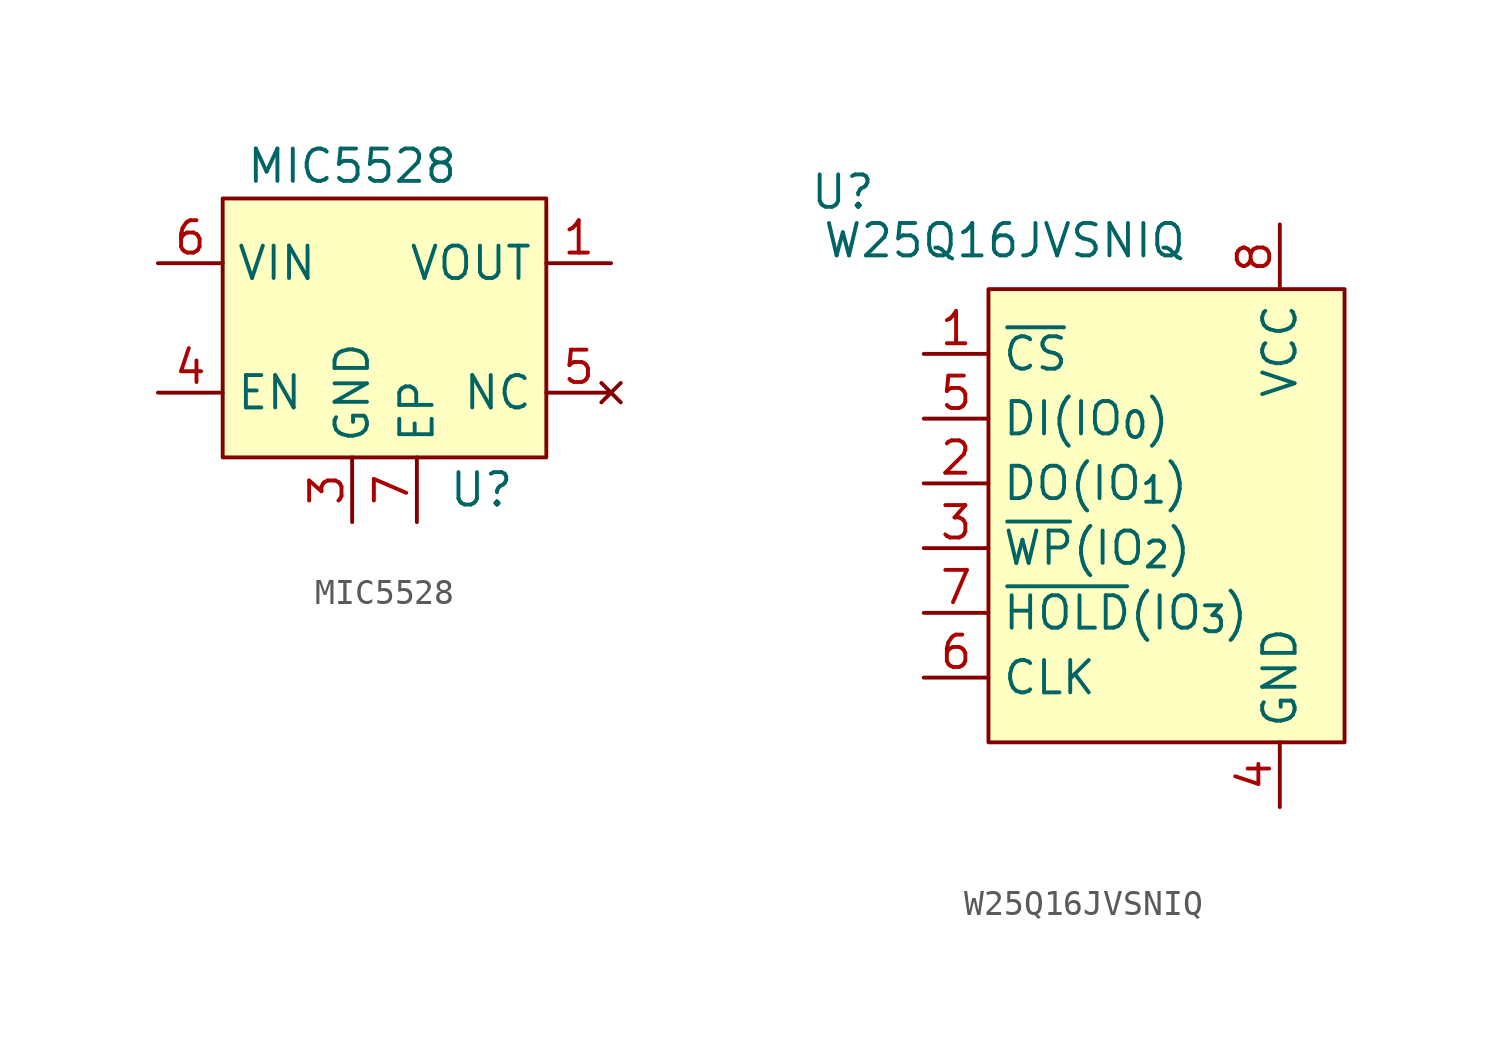
<source format=kicad_sym>
(kicad_symbol_lib
  (version 20231120)
  (generator "kicad_symbol_editor")
  (generator_version "8.0")
  (symbol "MIC5528"
    (property "Reference" "U"
      (at 2.54 -6.35 0)
      (effects (font (size 1.27 1.27))))
    (property "Value" "MIC5528"
      (at -2.54 6.35 0)
      (effects (font (size 1.27 1.27))))
    (symbol "MIC5528_0_1"
      (rectangle (start -7.62 5.08) (end 5.08 -5.08) (stroke (width 0) (type default)) (fill (type background))))
    (symbol "MIC5528_1_1"
      (pin power_out line (at 7.62 2.54 180) (length 2.54) (name "VOUT" (effects (font (size 1.27 1.27)))) (number "1" (effects (font (size 1.27 1.27)))))
      (pin power_out line (at 7.62 2.54 180) (length 2.54) hide (name "VOUT" (effects (font (size 1.27 1.27)))) (number "2" (effects (font (size 1.27 1.27)))))
      (pin power_in line (at -2.54 -7.62 90) (length 2.54) (name "GND" (effects (font (size 1.27 1.27)))) (number "3" (effects (font (size 1.27 1.27)))))
      (pin input line (at -10.16 -2.54 0) (length 2.54) (name "EN" (effects (font (size 1.27 1.27)))) (number "4" (effects (font (size 1.27 1.27)))))
      (pin no_connect line (at 7.62 -2.54 180) (length 2.54) (name "NC" (effects (font (size 1.27 1.27)))) (number "5" (effects (font (size 1.27 1.27)))))
      (pin power_in line (at -10.16 2.54 0) (length 2.54) (name "VIN" (effects (font (size 1.27 1.27)))) (number "6" (effects (font (size 1.27 1.27)))))
      (pin power_in line (at 0 -7.62 90) (length 2.54) (name "EP" (effects (font (size 1.27 1.27)))) (number "7" (effects (font (size 1.27 1.27)))))))
  (symbol "W25Q16JVSNIQ"
    (property "Reference" "U"
      (at -14.605 11.43 0)
      (effects (font (size 1.27 1.27))))
    (property "Value" "W25Q16JVSNIQ"
      (at -8.255 9.525 0)
      (effects (font (size 1.27 1.27))))
    (symbol "W25Q16JVSNIQ_0_1"
      (rectangle (start -8.89 7.62) (end 5.08 -10.16) (stroke (width 0) (type default)) (fill (type background))))
    (symbol "W25Q16JVSNIQ_1_1"
      (pin input line (at -11.43 5.08 0) (length 2.54) (name "~{CS}" (effects (font (size 1.27 1.27)))) (number "1" (effects (font (size 1.27 1.27)))))
      (pin bidirectional line (at -11.43 0 0) (length 2.54) (name "DO(IO_{1})" (effects (font (size 1.27 1.27)))) (number "2" (effects (font (size 1.27 1.27)))))
      (pin bidirectional line (at -11.43 -2.54 0) (length 2.54) (name "~{WP}(IO_{2})" (effects (font (size 1.27 1.27)))) (number "3" (effects (font (size 1.27 1.27)))))
      (pin power_in line (at 2.54 -12.7 90) (length 2.54) (name "GND" (effects (font (size 1.27 1.27)))) (number "4" (effects (font (size 1.27 1.27)))))
      (pin bidirectional line (at -11.43 2.54 0) (length 2.54) (name "DI(IO_{0})" (effects (font (size 1.27 1.27)))) (number "5" (effects (font (size 1.27 1.27)))))
      (pin input line (at -11.43 -7.62 0) (length 2.54) (name "CLK" (effects (font (size 1.27 1.27)))) (number "6" (effects (font (size 1.27 1.27)))))
      (pin bidirectional line (at -11.43 -5.08 0) (length 2.54) (name "~{HOLD}(IO_{3})" (effects (font (size 1.27 1.27)))) (number "7" (effects (font (size 1.27 1.27)))))
      (pin power_in line (at 2.54 10.16 270) (length 2.54) (name "VCC" (effects (font (size 1.27 1.27)))) (number "8" (effects (font (size 1.27 1.27))))))))
</source>
